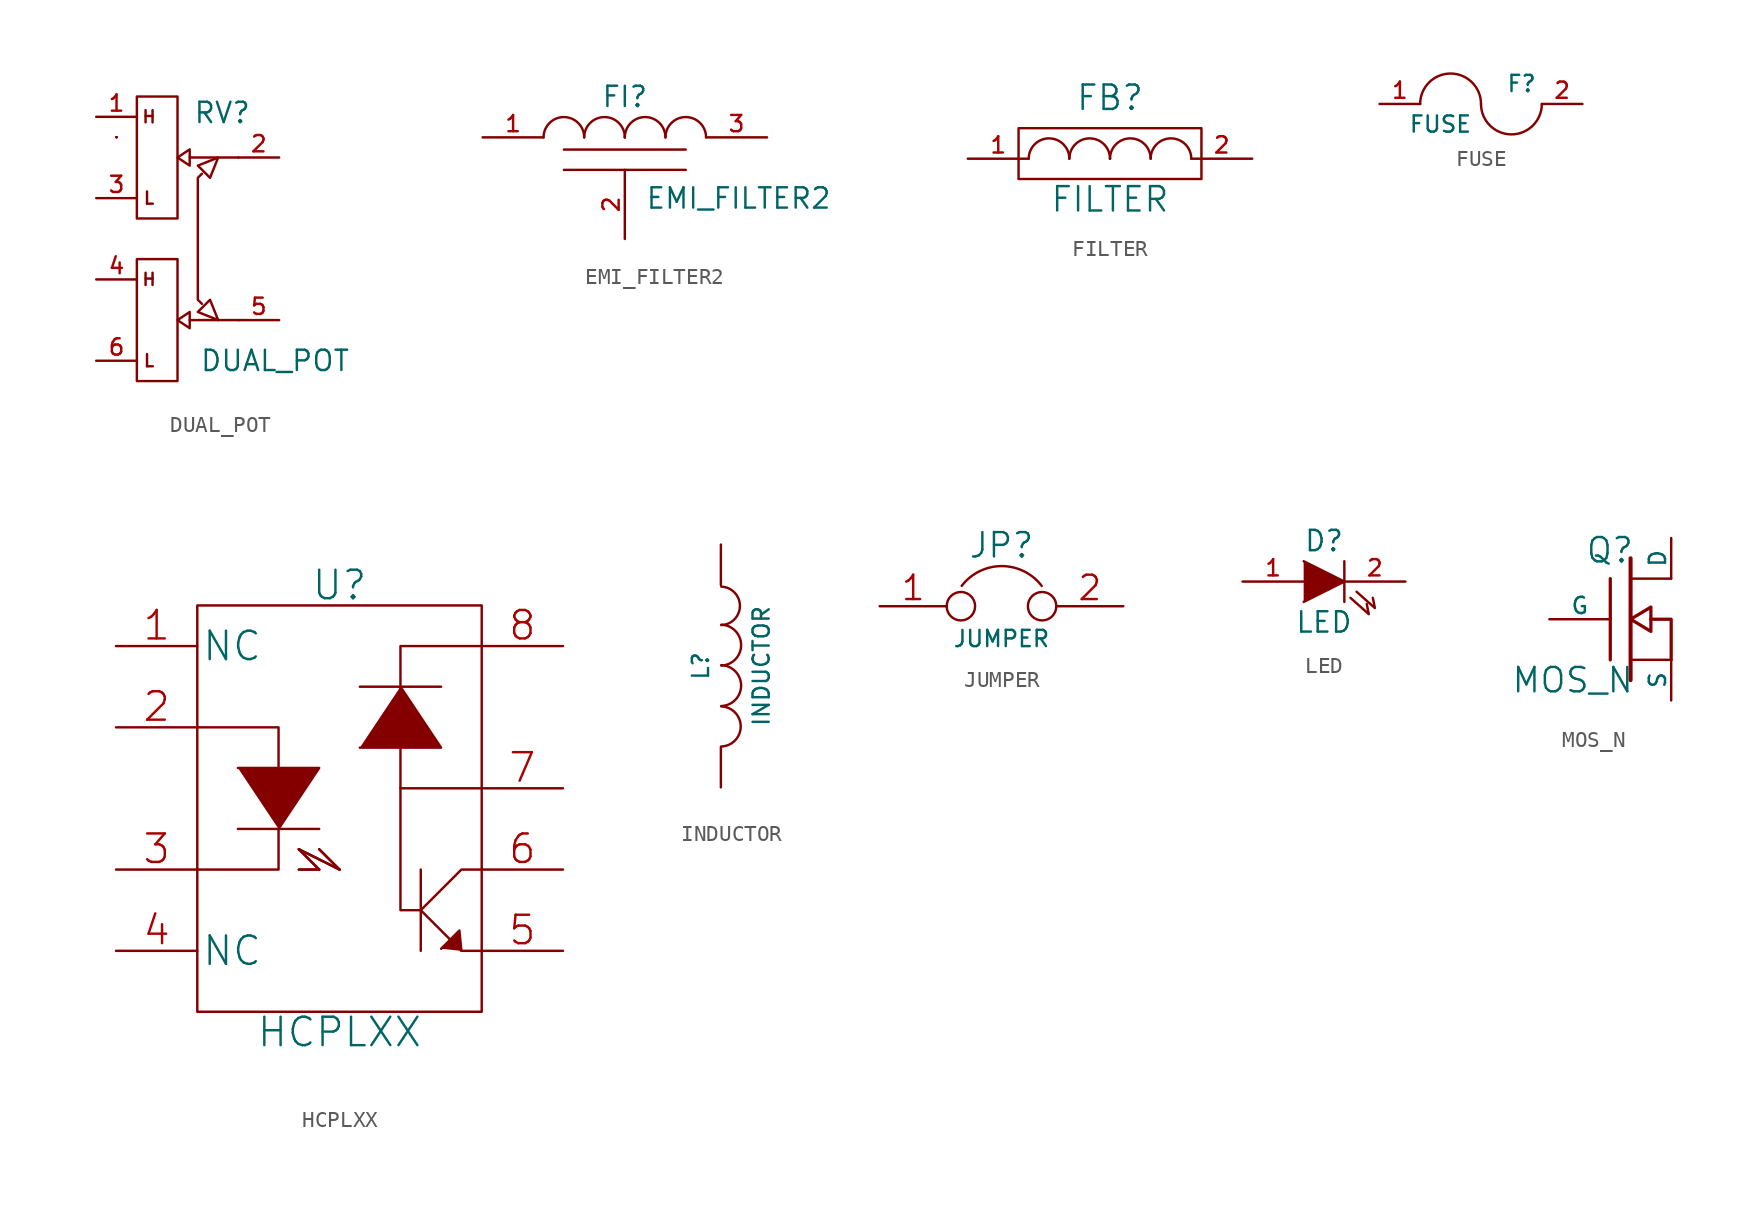
<source format=kicad_sym>
(kicad_symbol_lib
  (version 20220914)
  (generator kicad_symbol_editor)
  (symbol "DUAL_POT"
    (pin_names
      (offset 1.016) hide)
    (property "Reference" "RV"
      (at 4.064 7.874 0)
      (effects (font (size 1.27 1.27))))
    (property "Value" "DUAL_POT"
      (at 7.366 -7.62 0)
      (effects (font (size 1.27 1.27))))
    (symbol "DUAL_POT_0_0"
      (text "H" (at -0.508 -2.54 0) (effects (font (size 0.762 0.762))))
      (text "H" (at -0.508 7.62 0) (effects (font (size 0.762 0.762))))
      (text "L" (at -0.508 -7.62 0) (effects (font (size 0.762 0.762))))
      (text "L" (at -0.508 2.54 0) (effects (font (size 0.762 0.762)))))
    (symbol "DUAL_POT_0_1"
      (rectangle (start -2.54 6.35) (end -2.54 6.35) (stroke (width 0) (type solid)) (fill (type none)))
      (rectangle (start -2.54 6.35) (end -2.54 6.35) (stroke (width 0) (type solid)) (fill (type none)))
      (rectangle (start -2.54 6.35) (end -2.54 6.35) (stroke (width 0) (type solid)) (fill (type none)))
      (rectangle (start -2.54 6.35) (end -2.54 6.35) (stroke (width 0) (type solid)) (fill (type none)))
      (rectangle (start -1.27 -1.27) (end 1.27 -8.89) (stroke (width 0) (type solid)) (fill (type none)))
      (rectangle (start -1.27 8.89) (end 1.27 1.27) (stroke (width 0) (type solid)) (fill (type none)))
      (polyline (pts (xy 5.08 5.08) (xy 2.032 5.08) (xy 2.032 5.08) (xy 2.032 5.08)) (stroke (width 0) (type solid)) (fill (type none)))
      (polyline (pts (xy 2.032 -5.588) (xy 2.032 -4.572) (xy 1.27 -5.08) (xy 2.032 -5.588) (xy 2.032 -5.588)) (stroke (width 0) (type solid)) (fill (type none)))
      (polyline (pts (xy 3.81 -5.08) (xy 2.54 -4.572) (xy 3.302 -3.81) (xy 3.81 -5.08) (xy 3.81 -5.08)) (stroke (width 0) (type solid)) (fill (type none)))
      (polyline (pts (xy 5.08 -5.08) (xy 2.032 -5.08) (xy 2.032 -5.08) (xy 2.032 -5.08) (xy 2.032 -5.08)) (stroke (width 0) (type solid)) (fill (type none)))
      (polyline (pts (xy 2.032 4.572) (xy 2.032 5.588) (xy 1.27 5.08) (xy 2.032 4.572) (xy 2.032 4.572) (xy 2.032 4.572)) (stroke (width 0) (type solid)) (fill (type none)))
      (polyline (pts (xy 2.794 4.064) (xy 2.54 3.81) (xy 2.54 -3.81) (xy 2.794 -4.064) (xy 2.794 -4.064) (xy 2.794 -4.064)) (stroke (width 0) (type solid)) (fill (type none)))
      (polyline (pts (xy 3.81 5.08) (xy 2.54 4.572) (xy 3.302 3.81) (xy 3.81 5.08) (xy 3.81 5.08) (xy 3.81 5.08)) (stroke (width 0) (type solid)) (fill (type none))))
    (symbol "DUAL_POT_1_1"
      (pin passive line (at -3.81 7.62 0) (length 2.54) (name "1" (effects (font (size 1.016 1.016)))) (number "1" (effects (font (size 1.016 1.016)))))
      (pin passive line (at 7.62 5.08 180) (length 2.54) (name "2" (effects (font (size 1.016 1.016)))) (number "2" (effects (font (size 1.016 1.016)))))
      (pin passive line (at -3.81 2.54 0) (length 2.54) (name "3" (effects (font (size 1.016 1.016)))) (number "3" (effects (font (size 1.016 1.016)))))
      (pin passive line (at -3.81 -2.54 0) (length 2.54) (name "~" (effects (font (size 1.016 1.016)))) (number "4" (effects (font (size 1.016 1.016)))))
      (pin passive line (at 7.62 -5.08 180) (length 2.54) (name "~" (effects (font (size 1.016 1.016)))) (number "5" (effects (font (size 1.016 1.016)))))
      (pin passive line (at -3.81 -7.62 0) (length 2.54) (name "~" (effects (font (size 1.016 1.016)))) (number "6" (effects (font (size 1.016 1.016)))))))
  (symbol "EMI_FILTER2"
    (pin_names
      (offset 1.016) hide)
    (property "Reference" "FI"
      (at 0 2.54 0)
      (effects (font (size 1.27 1.27))))
    (property "Value" "EMI_FILTER2"
      (at 1.27 -3.81 0)
      (effects (font (size 1.27 1.27)) (justify left)))
    (symbol "EMI_FILTER2_0_1"
      (arc (start -2.54 0) (mid -3.81 1.2645) (end -5.08 0) (stroke (width 0) (type solid)) (fill (type none)))
      (arc (start 0 0) (mid -1.27 1.2645) (end -2.54 0) (stroke (width 0) (type solid)) (fill (type none)))
      (arc (start 0 0) (mid 0 0) (end 0 0) (stroke (width 0) (type solid)) (fill (type none)))
      (polyline (pts (xy -3.81 -2.032) (xy 3.81 -2.032) (xy 3.81 -2.032) (xy 3.81 -2.032)) (stroke (width 0) (type solid)) (fill (type none)))
      (polyline (pts (xy -3.81 -0.762) (xy 3.81 -0.762) (xy 3.81 -0.762) (xy 3.81 -0.762)) (stroke (width 0) (type solid)) (fill (type none)))
      (arc (start 2.54 0) (mid 1.27 1.2645) (end 0 0) (stroke (width 0) (type solid)) (fill (type none)))
      (arc (start 5.08 0) (mid 3.81 1.2645) (end 2.54 0) (stroke (width 0) (type solid)) (fill (type none))))
    (symbol "EMI_FILTER2_1_1"
      (pin passive line (at -8.89 0 0) (length 3.81) (name "VI" (effects (font (size 1.016 1.016)))) (number "1" (effects (font (size 1.016 1.016)))))
      (pin passive line (at 0 -6.35 90) (length 4.318) (name "GND" (effects (font (size 1.016 1.016)))) (number "2" (effects (font (size 1.016 1.016)))))
      (pin passive line (at 8.89 0 180) (length 3.81) (name "VO" (effects (font (size 1.016 1.016)))) (number "3" (effects (font (size 1.016 1.016)))))))
  (symbol "FILTER"
    (pin_names
      (offset 1.016) hide)
    (property "Reference" "FB"
      (at 0 3.81 0)
      (effects (font (size 1.524 1.524))))
    (property "Value" "FILTER"
      (at 0 -2.54 0)
      (effects (font (size 1.524 1.524))))
    (symbol "FILTER_0_1"
      (rectangle (start -5.715 1.905) (end 5.715 -1.27) (stroke (width 0) (type solid)) (fill (type none)))
      (arc (start -2.54 0) (mid -3.81 1.2645) (end -5.08 0) (stroke (width 0) (type solid)) (fill (type none)))
      (arc (start 0 0) (mid -1.27 1.2645) (end -2.54 0) (stroke (width 0) (type solid)) (fill (type none)))
      (arc (start 0 0) (mid 0 0) (end 0 0) (stroke (width 0) (type solid)) (fill (type none)))
      (arc (start 2.54 0) (mid 1.27 1.2645) (end 0 0) (stroke (width 0) (type solid)) (fill (type none)))
      (arc (start 5.08 0) (mid 3.81 1.2645) (end 2.54 0) (stroke (width 0) (type solid)) (fill (type none))))
    (symbol "FILTER_1_1"
      (pin passive line (at -8.89 0 0) (length 3.81) (name "1" (effects (font (size 1.016 1.016)))) (number "1" (effects (font (size 1.016 1.016)))))
      (pin passive line (at 8.89 0 180) (length 3.81) (name "2" (effects (font (size 1.016 1.016)))) (number "2" (effects (font (size 1.016 1.016)))))))
  (symbol "FUSE"
    (pin_names
      (offset 0.254))
    (property "Reference" "F"
      (at 2.54 1.27 0)
      (effects (font (size 1.016 1.016))))
    (property "Value" "FUSE"
      (at -2.54 -1.27 0)
      (effects (font (size 1.016 1.016))))
    (symbol "FUSE_0_1"
      (arc (start 0 0) (mid -1.905 1.8967) (end -3.81 0) (stroke (width 0) (type solid)) (fill (type none)))
      (arc (start 0 0) (mid 1.905 -1.8967) (end 3.81 0) (stroke (width 0) (type solid)) (fill (type none))))
    (symbol "FUSE_1_1"
      (pin input line (at -6.35 0 0) (length 2.54) (name "~" (effects (font (size 1.016 1.016)))) (number "1" (effects (font (size 1.016 1.016)))))
      (pin input line (at 6.35 0 180) (length 2.54) (name "~" (effects (font (size 1.016 1.016)))) (number "2" (effects (font (size 1.016 1.016)))))))
  (symbol "HCPLXX"
    (pin_names
      (offset 0.254))
    (property "Reference" "U"
      (at 0 13.97 0)
      (effects (font (size 1.778 1.778))))
    (property "Value" "HCPLXX"
      (at 0 -13.97 0)
      (effects (font (size 1.778 1.778))))
    (symbol "HCPLXX_0_0"
      (polyline (pts (xy -6.35 -1.27) (xy -1.27 -1.27)) (stroke (width 0) (type solid)) (fill (type none)))
      (polyline (pts (xy -2.54 -2.54) (xy -1.27 -3.81)) (stroke (width 0) (type solid)) (fill (type none)))
      (polyline (pts (xy -2.54 -2.54) (xy -1.27 -3.81)) (stroke (width 0) (type solid)) (fill (type none)))
      (polyline (pts (xy -2.54 -2.54) (xy 0 -3.81)) (stroke (width 0) (type solid)) (fill (type none)))
      (polyline (pts (xy -2.54 -2.54) (xy 0 -3.81)) (stroke (width 0) (type solid)) (fill (type none)))
      (polyline (pts (xy -1.27 -3.81) (xy -1.27 -3.81) (xy -2.54 -3.81)) (stroke (width 0) (type solid)) (fill (type none)))
      (polyline (pts (xy -1.27 -3.81) (xy -1.27 -3.81) (xy -2.54 -3.81)) (stroke (width 0) (type solid)) (fill (type none)))
      (polyline (pts (xy -1.27 -2.54) (xy 0 -3.81) (xy -1.27 -2.54)) (stroke (width 0) (type solid)) (fill (type none)))
      (polyline (pts (xy -1.27 -2.54) (xy 0 -3.81) (xy -1.27 -2.54)) (stroke (width 0) (type solid)) (fill (type none))))
    (symbol "HCPLXX_0_1"
      (rectangle (start -8.89 12.7) (end 8.89 -12.7) (stroke (width 0) (type solid)) (fill (type none)))
      (polyline (pts (xy 5.08 -3.81) (xy 5.08 -8.89)) (stroke (width 0) (type solid)) (fill (type none)))
      (polyline (pts (xy 5.08 5.08) (xy 5.08 5.08)) (stroke (width 0) (type solid)) (fill (type outline)))
      (polyline (pts (xy -8.89 5.08) (xy -3.81 5.08) (xy -3.81 2.54)) (stroke (width 0) (type solid)) (fill (type none)))
      (polyline (pts (xy -6.35 2.54) (xy -1.27 2.54) (xy -3.81 -1.27)) (stroke (width 0) (type solid)) (fill (type outline)))
      (polyline (pts (xy -3.81 -1.27) (xy -3.81 -3.81) (xy -8.89 -3.81)) (stroke (width 0) (type solid)) (fill (type none)))
      (polyline (pts (xy 1.27 7.62) (xy 6.35 7.62) (xy 6.35 7.62)) (stroke (width 0) (type solid)) (fill (type background)))
      (polyline (pts (xy 5.08 -6.35) (xy 7.62 -8.89) (xy 8.89 -8.89)) (stroke (width 0) (type solid)) (fill (type none)))
      (polyline (pts (xy 5.08 -6.35) (xy 7.62 -3.81) (xy 8.89 -3.81)) (stroke (width 0) (type solid)) (fill (type none)))
      (polyline (pts (xy 7.62 -8.89) (xy 7.493 -7.62) (xy 6.35 -8.763)) (stroke (width 0) (type solid)) (fill (type outline)))
      (polyline (pts (xy 1.27 3.81) (xy 6.35 3.81) (xy 3.81 7.62) (xy 3.81 7.62)) (stroke (width 0) (type solid)) (fill (type outline)))
      (polyline (pts (xy 3.81 1.27) (xy 3.81 10.16) (xy 8.89 10.16) (xy 8.89 10.16)) (stroke (width 0) (type solid)) (fill (type none)))
      (polyline (pts (xy 5.08 -6.35) (xy 3.81 -6.35) (xy 3.81 1.27) (xy 8.89 1.27)) (stroke (width 0) (type solid)) (fill (type none))))
    (symbol "HCPLXX_1_1"
      (pin unspecified line (at -13.97 10.16 0) (length 5.08) (name "NC" (effects (font (size 1.778 1.778)))) (number "1" (effects (font (size 1.778 1.778)))))
      (pin input line (at -13.97 5.08 0) (length 5.08) (name "~" (effects (font (size 1.778 1.778)))) (number "2" (effects (font (size 1.778 1.778)))))
      (pin output line (at -13.97 -3.81 0) (length 5.08) (name "~" (effects (font (size 1.778 1.778)))) (number "3" (effects (font (size 1.778 1.778)))))
      (pin input line (at -13.97 -8.89 0) (length 5.08) (name "NC" (effects (font (size 1.778 1.778)))) (number "4" (effects (font (size 1.778 1.778)))))
      (pin input line (at 13.97 -8.89 180) (length 5.08) (name "~" (effects (font (size 1.778 1.778)))) (number "5" (effects (font (size 1.778 1.778)))))
      (pin input line (at 13.97 -3.81 180) (length 5.08) (name "~" (effects (font (size 1.778 1.778)))) (number "6" (effects (font (size 1.778 1.778)))))
      (pin unspecified line (at 13.97 1.27 180) (length 5.08) (name "~" (effects (font (size 1.778 1.778)))) (number "7" (effects (font (size 1.778 1.778)))))
      (pin input line (at 13.97 10.16 180) (length 5.08) (name "~" (effects (font (size 1.778 1.778)))) (number "8" (effects (font (size 1.778 1.778)))))))
  (symbol "INDUCTOR"
    (pin_numbers hide)
    (pin_names
      (offset 1.016) hide)
    (property "Reference" "L"
      (at -1.27 0 90)
      (effects (font (size 1.016 1.016))))
    (property "Value" "INDUCTOR"
      (at 2.54 0 90)
      (effects (font (size 1.016 1.016))))
    (symbol "INDUCTOR_0_1"
      (arc (start 0.0254 -5.0546) (mid 1.2449 -3.8097) (end 0.0254 -2.54) (stroke (width 0) (type solid)) (fill (type none)))
      (arc (start 0.0254 -2.5146) (mid 1.2703 -1.2444) (end 0.0254 0.0508) (stroke (width 0) (type solid)) (fill (type none)))
      (arc (start 0.0254 0.0254) (mid 1.2703 1.2956) (end 0.0254 2.5908) (stroke (width 0) (type solid)) (fill (type none)))
      (arc (start 0.0254 2.5654) (mid 1.1941 3.7595) (end 0.0254 4.9784) (stroke (width 0) (type solid)) (fill (type none))))
    (symbol "INDUCTOR_1_1"
      (pin passive line (at 0 7.62 270) (length 2.54) (name "1" (effects (font (size 1.778 1.778)))) (number "1" (effects (font (size 1.778 1.778)))))
      (pin passive line (at 0 -7.62 90) (length 2.54) (name "2" (effects (font (size 1.778 1.778)))) (number "2" (effects (font (size 1.778 1.778)))))))
  (symbol "JUMPER"
    (pin_names
      (offset 0.762) hide)
    (property "Reference" "JP"
      (at 0 3.81 0)
      (effects (font (size 1.524 1.524))))
    (property "Value" "JUMPER"
      (at 0 -2.032 0)
      (effects (font (size 1.016 1.016))))
    (symbol "JUMPER_0_1"
      (circle (center -2.54 0) (radius 0.889) (stroke (width 0) (type solid)) (fill (type none)))
      (arc (start 2.5146 1.27) (mid 0.0078 2.5097) (end -2.4892 1.27) (stroke (width 0) (type solid)) (fill (type none)))
      (circle (center 2.54 0) (radius 0.889) (stroke (width 0) (type solid)) (fill (type none)))
      (pin passive line (at -7.62 0 0) (length 4.191) (name "1" (effects (font (size 1.524 1.524)))) (number "1" (effects (font (size 1.524 1.524)))))
      (pin passive line (at 7.62 0 180) (length 4.191) (name "2" (effects (font (size 1.524 1.524)))) (number "2" (effects (font (size 1.524 1.524)))))))
  (symbol "LED"
    (pin_names
      (offset 1.016) hide)
    (property "Reference" "D"
      (at 0 2.54 0)
      (effects (font (size 1.27 1.27))))
    (property "Value" "LED"
      (at 0 -2.54 0)
      (effects (font (size 1.27 1.27))))
    (symbol "LED_0_1"
      (polyline (pts (xy 1.27 1.27) (xy 1.27 -1.27)) (stroke (width 0) (type solid)) (fill (type none)))
      (polyline (pts (xy -1.27 1.27) (xy 1.27 0) (xy -1.27 -1.27)) (stroke (width 0) (type solid)) (fill (type outline)))
      (polyline (pts (xy 1.651 -1.016) (xy 2.794 -2.032) (xy 2.667 -1.397)) (stroke (width 0) (type solid)) (fill (type none)))
      (polyline (pts (xy 2.032 -0.635) (xy 3.175 -1.651) (xy 3.048 -1.016)) (stroke (width 0) (type solid)) (fill (type none))))
    (symbol "LED_1_1"
      (pin passive line (at -5.08 0 0) (length 3.81) (name "A" (effects (font (size 1.016 1.016)))) (number "1" (effects (font (size 1.016 1.016)))))
      (pin passive line (at 5.08 0 180) (length 3.81) (name "K" (effects (font (size 1.016 1.016)))) (number "2" (effects (font (size 1.016 1.016)))))))
  (symbol "MOS_N"
    (pin_numbers hide)
    (pin_names
      (offset 0))
    (property "Reference" "Q"
      (at 0.254 4.318 0)
      (effects (font (size 1.524 1.524)) (justify right)))
    (property "Value" "MOS_N"
      (at 0.254 -3.81 0)
      (effects (font (size 1.524 1.524)) (justify right)))
    (symbol "MOS_N_0_1"
      (polyline (pts (xy -1.27 -2.54) (xy -1.27 2.54)) (stroke (width 0.203) (type solid)) (fill (type none)))
      (polyline (pts (xy 0 -3.81) (xy 0 3.81)) (stroke (width 0.254) (type solid)) (fill (type none)))
      (polyline (pts (xy 2.54 -2.54) (xy 0 -2.54)) (stroke (width 0) (type solid)) (fill (type none)))
      (polyline (pts (xy 2.54 2.54) (xy 0 2.54)) (stroke (width 0) (type solid)) (fill (type none)))
      (polyline (pts (xy 2.54 -2.54) (xy 2.54 0) (xy 1.27 0)) (stroke (width 0.203) (type solid)) (fill (type none)))
      (polyline (pts (xy 1.27 0.762) (xy 1.27 -0.762) (xy 0 0) (xy 1.27 0.762) (xy 1.27 0.762)) (stroke (width 0.203) (type solid)) (fill (type none))))
    (symbol "MOS_N_1_1"
      (pin passive line (at 2.54 5.08 270) (length 2.54) (name "D" (effects (font (size 1.016 1.016)))) (number "D" (effects (font (size 1.016 1.016)))))
      (pin input line (at -5.08 0 0) (length 3.81) (name "G" (effects (font (size 1.016 1.016)))) (number "G" (effects (font (size 1.016 1.016)))))
      (pin passive line (at 2.54 -5.08 90) (length 2.54) (name "S" (effects (font (size 1.016 1.016)))) (number "S" (effects (font (size 1.016 1.016))))))))
</source>
